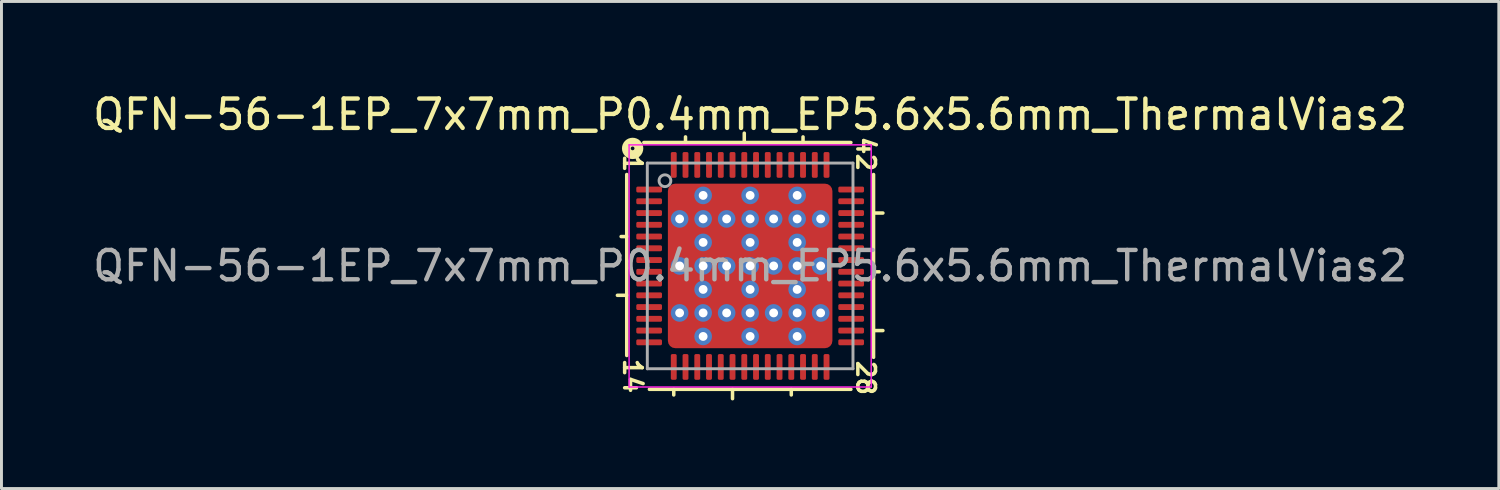
<source format=kicad_pcb>
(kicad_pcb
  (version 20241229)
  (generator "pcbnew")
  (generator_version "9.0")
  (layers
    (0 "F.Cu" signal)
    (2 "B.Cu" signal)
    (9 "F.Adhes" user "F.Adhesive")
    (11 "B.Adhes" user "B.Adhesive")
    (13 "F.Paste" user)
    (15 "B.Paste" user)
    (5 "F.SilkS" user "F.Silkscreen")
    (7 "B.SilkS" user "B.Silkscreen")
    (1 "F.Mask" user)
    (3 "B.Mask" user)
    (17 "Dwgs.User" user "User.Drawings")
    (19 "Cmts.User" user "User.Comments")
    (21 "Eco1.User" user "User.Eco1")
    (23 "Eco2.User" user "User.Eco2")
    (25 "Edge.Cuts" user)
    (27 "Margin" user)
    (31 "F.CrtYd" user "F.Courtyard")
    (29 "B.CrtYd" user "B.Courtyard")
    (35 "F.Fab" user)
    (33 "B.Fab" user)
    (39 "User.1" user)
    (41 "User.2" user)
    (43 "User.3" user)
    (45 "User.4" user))
  (footprint "QFN-56-1EP_7x7mm_P0.4mm_EP5.6x5.6mm_ThermalVias2"
    (layer "F.Cu")
    (at 22.482 6.001)
    (property "Reference" "QFN-56-1EP_7x7mm_P0.4mm_EP5.6x5.6mm_ThermalVias2" (at 0 -5.152 0) (layer "F.SilkS") (effects (font (size 1 1) (thickness 0.15))))
    (attr smd)
    (fp_line (start -4.2 -3.111) (end -4.2 3.048) (stroke (width 0.12) (type solid)) (layer "F.SilkS"))
    (fp_line (start -4.2 -1) (end -4.391 -1) (stroke (width 0.12) (type solid)) (layer "F.SilkS"))
    (fp_line (start -4.2 1) (end -4.518 1) (stroke (width 0.12) (type solid)) (layer "F.SilkS"))
    (fp_line (start -3.429 4.2) (end 3.429 4.2) (stroke (width 0.12) (type solid)) (layer "F.SilkS"))
    (fp_line (start -2.6 4.2) (end -2.6 4.391) (stroke (width 0.12) (type solid)) (layer "F.SilkS"))
    (fp_line (start -2.2 -4.2) (end -2.2 -4.391) (stroke (width 0.12) (type solid)) (layer "F.SilkS"))
    (fp_line (start -0.6 4.2) (end -0.6 4.518) (stroke (width 0.12) (type solid)) (layer "F.SilkS"))
    (fp_line (start -0.2 -4.2) (end -0.2 -4.518) (stroke (width 0.12) (type solid)) (layer "F.SilkS"))
    (fp_line (start 1.4 4.2) (end 1.4 4.391) (stroke (width 0.12) (type solid)) (layer "F.SilkS"))
    (fp_line (start 1.8 -4.2) (end 1.8 -4.391) (stroke (width 0.12) (type solid)) (layer "F.SilkS"))
    (fp_line (start 3.429 -4.2) (end -3.619 -4.2) (stroke (width 0.12) (type solid)) (layer "F.SilkS"))
    (fp_line (start 4.2 -1.8) (end 4.518 -1.8) (stroke (width 0.12) (type solid)) (layer "F.SilkS"))
    (fp_line (start 4.2 0.2) (end 4.391 0.2) (stroke (width 0.12) (type solid)) (layer "F.SilkS"))
    (fp_line (start 4.2 2.2) (end 4.518 2.2) (stroke (width 0.12) (type solid)) (layer "F.SilkS"))
    (fp_line (start 4.2 3.111) (end 4.2 -3.111) (stroke (width 0.12) (type solid)) (layer "F.SilkS"))
    (fp_circle (center -4 -4) (end -3.937 -4) (stroke (width 0.3) (type solid)) (fill no) (layer "F.SilkS"))
    (fp_line (start -4.12 -4.12) (end -4.12 4.12) (stroke (width 0.05) (type solid)) (layer "F.CrtYd"))
    (fp_line (start -4.12 4.12) (end 4.12 4.12) (stroke (width 0.05) (type solid)) (layer "F.CrtYd"))
    (fp_line (start 4.12 -4.12) (end -4.12 -4.12) (stroke (width 0.05) (type solid)) (layer "F.CrtYd"))
    (fp_line (start 4.12 4.12) (end 4.12 -4.12) (stroke (width 0.05) (type solid)) (layer "F.CrtYd"))
    (fp_line (start -3.5 -3.5) (end 3.5 -3.5) (stroke (width 0.1) (type solid)) (layer "F.Fab"))
    (fp_line (start -3.5 3.5) (end -3.5 -3.5) (stroke (width 0.1) (type solid)) (layer "F.Fab"))
    (fp_line (start 3.5 -3.5) (end 3.5 3.5) (stroke (width 0.1) (type solid)) (layer "F.Fab"))
    (fp_line (start 3.5 3.5) (end -3.5 3.5) (stroke (width 0.1) (type solid)) (layer "F.Fab"))
    (fp_circle (center -2.9 -2.9) (end -2.7 -2.9) (stroke (width 0.1) (type solid)) (fill no) (layer "F.Fab"))
    (fp_text user "1" (at -4 -3.493 270) (unlocked yes) (layer "F.SilkS") (effects (font (size 0.6 0.6) (thickness 0.12))))
    (fp_text user "28" (at 3.937 3.81 270) (unlocked yes) (layer "F.SilkS") (effects (font (size 0.6 0.6) (thickness 0.12))))
    (fp_text user "14" (at -4 3.747 270) (unlocked yes) (layer "F.SilkS") (effects (font (size 0.6 0.6) (thickness 0.12))))
    (fp_text user "42" (at 3.937 -3.81 270) (unlocked yes) (layer "F.SilkS") (effects (font (size 0.6 0.6) (thickness 0.12))))
    (fp_text user "${REFERENCE}" (at 0 0 0) (layer "F.Fab") (effects (font (size 1 1) (thickness 0.15))))
    (pad "" smd roundrect (at -2.3 -2.3) (size 0.6 0.6) (layers "F.Paste") (roundrect_rratio 0.25))
    (pad "" smd roundrect (at -2.3 -2.3 270) (size 0.8 0.8) (layers "F.Mask") (roundrect_rratio 0.25))
    (pad "" smd roundrect (at -2.3 -0.8 90) (size 0.7 0.6) (layers "F.Paste") (roundrect_rratio 0.244))
    (pad "" smd roundrect (at -2.3 -0.8 180) (size 0.8 1) (layers "F.Mask") (roundrect_rratio 0.25))
    (pad "" smd roundrect (at -2.3 0.8 90) (size 0.7 0.6) (layers "F.Paste") (roundrect_rratio 0.25))
    (pad "" smd roundrect (at -2.3 0.8 180) (size 0.8 1) (layers "F.Mask") (roundrect_rratio 0.25))
    (pad "" smd roundrect (at -2.3 2.3) (size 0.6 0.6) (layers "F.Paste") (roundrect_rratio 0.25))
    (pad "" smd roundrect (at -2.3 2.3 270) (size 0.8 0.8) (layers "F.Mask") (roundrect_rratio 0.25))
    (pad "" smd roundrect (at -0.8 -2.3) (size 0.7 0.6) (layers "F.Paste") (roundrect_rratio 0.25))
    (pad "" smd roundrect (at -0.8 -2.3 270) (size 0.8 1) (layers "F.Mask") (roundrect_rratio 0.25))
    (pad "" smd roundrect (at -0.8 -0.8 90) (size 0.7 0.7) (layers "F.Paste") (roundrect_rratio 0.25))
    (pad "" smd roundrect (at -0.8 -0.8 270) (size 1 1) (layers "F.Mask") (roundrect_rratio 0.25))
    (pad "" smd roundrect (at -0.8 0.8 90) (size 0.7 0.7) (layers "F.Paste") (roundrect_rratio 0.25))
    (pad "" smd roundrect (at -0.8 0.8 270) (size 1 1) (layers "F.Mask") (roundrect_rratio 0.25))
    (pad "" smd roundrect (at -0.8 2.3) (size 0.7 0.6) (layers "F.Paste") (roundrect_rratio 0.25))
    (pad "" smd roundrect (at -0.8 2.3 270) (size 0.8 1) (layers "F.Mask") (roundrect_rratio 0.25))
    (pad "" smd roundrect (at 0.8 -2.3) (size 0.7 0.6) (layers "F.Paste") (roundrect_rratio 0.25))
    (pad "" smd roundrect (at 0.8 -2.3 270) (size 0.8 1) (layers "F.Mask") (roundrect_rratio 0.25))
    (pad "" smd roundrect (at 0.8 -0.8 90) (size 0.7 0.7) (layers "F.Paste") (roundrect_rratio 0.25))
    (pad "" smd roundrect (at 0.8 -0.8 270) (size 1 1) (layers "F.Mask") (roundrect_rratio 0.25))
    (pad "" smd roundrect (at 0.8 0.8 90) (size 0.7 0.7) (layers "F.Paste") (roundrect_rratio 0.25))
    (pad "" smd roundrect (at 0.8 0.8 270) (size 1 1) (layers "F.Mask") (roundrect_rratio 0.25))
    (pad "" smd roundrect (at 0.8 2.3) (size 0.7 0.6) (layers "F.Paste") (roundrect_rratio 0.25))
    (pad "" smd roundrect (at 0.8 2.3 270) (size 0.8 1) (layers "F.Mask") (roundrect_rratio 0.25))
    (pad "" smd roundrect (at 2.3 -2.3) (size 0.6 0.6) (layers "F.Paste") (roundrect_rratio 0.25))
    (pad "" smd roundrect (at 2.3 -2.3 270) (size 0.8 0.8) (layers "F.Mask") (roundrect_rratio 0.25))
    (pad "" smd roundrect (at 2.3 -0.8 90) (size 0.7 0.6) (layers "F.Paste") (roundrect_rratio 0.25))
    (pad "" smd roundrect (at 2.3 -0.8 180) (size 0.8 1) (layers "F.Mask") (roundrect_rratio 0.25))
    (pad "" smd roundrect (at 2.3 0.8 90) (size 0.7 0.6) (layers "F.Paste") (roundrect_rratio 0.25))
    (pad "" smd roundrect (at 2.3 0.8 180) (size 0.8 1) (layers "F.Mask") (roundrect_rratio 0.25))
    (pad "" smd roundrect (at 2.3 2.3) (size 0.6 0.6) (layers "F.Paste") (roundrect_rratio 0.25))
    (pad "" smd roundrect (at 2.3 2.3 270) (size 0.8 0.8) (layers "F.Mask") (roundrect_rratio 0.25))
    (pad "1" smd roundrect (at -3.438 -2.6) (size 0.875 0.2) (layers "F.Cu" "F.Mask" "F.Paste") (roundrect_rratio 0.25))
    (pad "2" smd roundrect (at -3.438 -2.2) (size 0.875 0.2) (layers "F.Cu" "F.Mask" "F.Paste") (roundrect_rratio 0.25))
    (pad "3" smd roundrect (at -3.438 -1.8) (size 0.875 0.2) (layers "F.Cu" "F.Mask" "F.Paste") (roundrect_rratio 0.25))
    (pad "4" smd roundrect (at -3.438 -1.4) (size 0.875 0.2) (layers "F.Cu" "F.Mask" "F.Paste") (roundrect_rratio 0.25))
    (pad "5" smd roundrect (at -3.438 -1) (size 0.875 0.2) (layers "F.Cu" "F.Mask" "F.Paste") (roundrect_rratio 0.25))
    (pad "6" smd roundrect (at -3.438 -0.6) (size 0.875 0.2) (layers "F.Cu" "F.Mask" "F.Paste") (roundrect_rratio 0.25))
    (pad "7" smd roundrect (at -3.438 -0.2) (size 0.875 0.2) (layers "F.Cu" "F.Mask" "F.Paste") (roundrect_rratio 0.25))
    (pad "8" smd roundrect (at -3.438 0.2) (size 0.875 0.2) (layers "F.Cu" "F.Mask" "F.Paste") (roundrect_rratio 0.25))
    (pad "9" smd roundrect (at -3.438 0.6) (size 0.875 0.2) (layers "F.Cu" "F.Mask" "F.Paste") (roundrect_rratio 0.25))
    (pad "10" smd roundrect (at -3.438 1) (size 0.875 0.2) (layers "F.Cu" "F.Mask" "F.Paste") (roundrect_rratio 0.25))
    (pad "11" smd roundrect (at -3.438 1.4) (size 0.875 0.2) (layers "F.Cu" "F.Mask" "F.Paste") (roundrect_rratio 0.25))
    (pad "12" smd roundrect (at -3.438 1.8) (size 0.875 0.2) (layers "F.Cu" "F.Mask" "F.Paste") (roundrect_rratio 0.25))
    (pad "13" smd roundrect (at -3.438 2.2) (size 0.875 0.2) (layers "F.Cu" "F.Mask" "F.Paste") (roundrect_rratio 0.25))
    (pad "14" smd roundrect (at -3.438 2.6) (size 0.875 0.2) (layers "F.Cu" "F.Mask" "F.Paste") (roundrect_rratio 0.25))
    (pad "15" smd roundrect (at -2.6 3.438) (size 0.2 0.875) (layers "F.Cu" "F.Mask" "F.Paste") (roundrect_rratio 0.25))
    (pad "16" smd roundrect (at -2.2 3.438) (size 0.2 0.875) (layers "F.Cu" "F.Mask" "F.Paste") (roundrect_rratio 0.25))
    (pad "17" smd roundrect (at -1.8 3.438) (size 0.2 0.875) (layers "F.Cu" "F.Mask" "F.Paste") (roundrect_rratio 0.25))
    (pad "18" smd roundrect (at -1.4 3.438) (size 0.2 0.875) (layers "F.Cu" "F.Mask" "F.Paste") (roundrect_rratio 0.25))
    (pad "19" smd roundrect (at -1 3.438) (size 0.2 0.875) (layers "F.Cu" "F.Mask" "F.Paste") (roundrect_rratio 0.25))
    (pad "20" smd roundrect (at -0.6 3.438) (size 0.2 0.875) (layers "F.Cu" "F.Mask" "F.Paste") (roundrect_rratio 0.25))
    (pad "21" smd roundrect (at -0.2 3.438) (size 0.2 0.875) (layers "F.Cu" "F.Mask" "F.Paste") (roundrect_rratio 0.25))
    (pad "22" smd roundrect (at 0.2 3.438) (size 0.2 0.875) (layers "F.Cu" "F.Mask" "F.Paste") (roundrect_rratio 0.25))
    (pad "23" smd roundrect (at 0.6 3.438) (size 0.2 0.875) (layers "F.Cu" "F.Mask" "F.Paste") (roundrect_rratio 0.25))
    (pad "24" smd roundrect (at 1 3.438) (size 0.2 0.875) (layers "F.Cu" "F.Mask" "F.Paste") (roundrect_rratio 0.25))
    (pad "25" smd roundrect (at 1.4 3.438) (size 0.2 0.875) (layers "F.Cu" "F.Mask" "F.Paste") (roundrect_rratio 0.25))
    (pad "26" smd roundrect (at 1.8 3.438) (size 0.2 0.875) (layers "F.Cu" "F.Mask" "F.Paste") (roundrect_rratio 0.25))
    (pad "27" smd roundrect (at 2.2 3.438) (size 0.2 0.875) (layers "F.Cu" "F.Mask" "F.Paste") (roundrect_rratio 0.25))
    (pad "28" smd roundrect (at 2.6 3.438) (size 0.2 0.875) (layers "F.Cu" "F.Mask" "F.Paste") (roundrect_rratio 0.25))
    (pad "29" smd roundrect (at 3.438 2.6) (size 0.875 0.2) (layers "F.Cu" "F.Mask" "F.Paste") (roundrect_rratio 0.25))
    (pad "30" smd roundrect (at 3.438 2.2) (size 0.875 0.2) (layers "F.Cu" "F.Mask" "F.Paste") (roundrect_rratio 0.25))
    (pad "31" smd roundrect (at 3.438 1.8) (size 0.875 0.2) (layers "F.Cu" "F.Mask" "F.Paste") (roundrect_rratio 0.25))
    (pad "32" smd roundrect (at 3.438 1.4) (size 0.875 0.2) (layers "F.Cu" "F.Mask" "F.Paste") (roundrect_rratio 0.25))
    (pad "33" smd roundrect (at 3.438 1) (size 0.875 0.2) (layers "F.Cu" "F.Mask" "F.Paste") (roundrect_rratio 0.25))
    (pad "34" smd roundrect (at 3.438 0.6) (size 0.875 0.2) (layers "F.Cu" "F.Mask" "F.Paste") (roundrect_rratio 0.25))
    (pad "35" smd roundrect (at 3.438 0.2) (size 0.875 0.2) (layers "F.Cu" "F.Mask" "F.Paste") (roundrect_rratio 0.25))
    (pad "36" smd roundrect (at 3.438 -0.2) (size 0.875 0.2) (layers "F.Cu" "F.Mask" "F.Paste") (roundrect_rratio 0.25))
    (pad "37" smd roundrect (at 3.438 -0.6) (size 0.875 0.2) (layers "F.Cu" "F.Mask" "F.Paste") (roundrect_rratio 0.25))
    (pad "38" smd roundrect (at 3.438 -1) (size 0.875 0.2) (layers "F.Cu" "F.Mask" "F.Paste") (roundrect_rratio 0.25))
    (pad "39" smd roundrect (at 3.438 -1.4) (size 0.875 0.2) (layers "F.Cu" "F.Mask" "F.Paste") (roundrect_rratio 0.25))
    (pad "40" smd roundrect (at 3.438 -1.8) (size 0.875 0.2) (layers "F.Cu" "F.Mask" "F.Paste") (roundrect_rratio 0.25))
    (pad "41" smd roundrect (at 3.438 -2.2) (size 0.875 0.2) (layers "F.Cu" "F.Mask" "F.Paste") (roundrect_rratio 0.25))
    (pad "42" smd roundrect (at 3.438 -2.6) (size 0.875 0.2) (layers "F.Cu" "F.Mask" "F.Paste") (roundrect_rratio 0.25))
    (pad "43" smd roundrect (at 2.6 -3.438) (size 0.2 0.875) (layers "F.Cu" "F.Mask" "F.Paste") (roundrect_rratio 0.25))
    (pad "44" smd roundrect (at 2.2 -3.438) (size 0.2 0.875) (layers "F.Cu" "F.Mask" "F.Paste") (roundrect_rratio 0.25))
    (pad "45" smd roundrect (at 1.8 -3.438) (size 0.2 0.875) (layers "F.Cu" "F.Mask" "F.Paste") (roundrect_rratio 0.25))
    (pad "46" smd roundrect (at 1.4 -3.438) (size 0.2 0.875) (layers "F.Cu" "F.Mask" "F.Paste") (roundrect_rratio 0.25))
    (pad "47" smd roundrect (at 1 -3.438) (size 0.2 0.875) (layers "F.Cu" "F.Mask" "F.Paste") (roundrect_rratio 0.25))
    (pad "48" smd roundrect (at 0.6 -3.438) (size 0.2 0.875) (layers "F.Cu" "F.Mask" "F.Paste") (roundrect_rratio 0.25))
    (pad "49" smd roundrect (at 0.2 -3.438) (size 0.2 0.875) (layers "F.Cu" "F.Mask" "F.Paste") (roundrect_rratio 0.25))
    (pad "50" smd roundrect (at -0.2 -3.438) (size 0.2 0.875) (layers "F.Cu" "F.Mask" "F.Paste") (roundrect_rratio 0.25))
    (pad "51" smd roundrect (at -0.6 -3.438) (size 0.2 0.875) (layers "F.Cu" "F.Mask" "F.Paste") (roundrect_rratio 0.25))
    (pad "52" smd roundrect (at -1 -3.438) (size 0.2 0.875) (layers "F.Cu" "F.Mask" "F.Paste") (roundrect_rratio 0.25))
    (pad "53" smd roundrect (at -1.4 -3.438) (size 0.2 0.875) (layers "F.Cu" "F.Mask" "F.Paste") (roundrect_rratio 0.25))
    (pad "54" smd roundrect (at -1.8 -3.438) (size 0.2 0.875) (layers "F.Cu" "F.Mask" "F.Paste") (roundrect_rratio 0.25))
    (pad "55" smd roundrect (at -2.2 -3.438) (size 0.2 0.875) (layers "F.Cu" "F.Mask" "F.Paste") (roundrect_rratio 0.25))
    (pad "56" smd roundrect (at -2.6 -3.438) (size 0.2 0.875) (layers "F.Cu" "F.Mask" "F.Paste") (roundrect_rratio 0.25))
    (pad "57" thru_hole circle (at -2.4 -1.6) (size 0.6 0.6) (drill 0.3) (property pad_prop_heatsink) (layers "*.Cu" "*.Mask"))
    (pad "57" thru_hole circle (at -2.4 0) (size 0.6 0.6) (drill 0.3) (property pad_prop_heatsink) (layers "*.Cu" "*.Mask"))
    (pad "57" thru_hole circle (at -2.4 1.6) (size 0.6 0.6) (drill 0.3) (property pad_prop_heatsink) (layers "*.Cu" "*.Mask"))
    (pad "57" thru_hole circle (at -1.6 -2.4) (size 0.6 0.6) (drill 0.3) (property pad_prop_heatsink) (layers "*.Cu" "*.Mask"))
    (pad "57" thru_hole circle (at -1.6 -1.6) (size 0.6 0.6) (drill 0.3) (property pad_prop_heatsink) (layers "*.Cu" "*.Mask"))
    (pad "57" thru_hole circle (at -1.6 -0.8) (size 0.6 0.6) (drill 0.3) (property pad_prop_heatsink) (layers "*.Cu" "*.Mask"))
    (pad "57" thru_hole circle (at -1.6 0) (size 0.6 0.6) (drill 0.3) (property pad_prop_heatsink) (layers "*.Cu" "*.Mask"))
    (pad "57" thru_hole circle (at -1.6 0.8) (size 0.6 0.6) (drill 0.3) (property pad_prop_heatsink) (layers "*.Cu" "*.Mask"))
    (pad "57" thru_hole circle (at -1.6 1.6) (size 0.6 0.6) (drill 0.3) (property pad_prop_heatsink) (layers "*.Cu" "*.Mask"))
    (pad "57" thru_hole circle (at -1.6 2.4) (size 0.6 0.6) (drill 0.3) (property pad_prop_heatsink) (layers "*.Cu" "*.Mask"))
    (pad "57" thru_hole circle (at -0.8 -1.6) (size 0.6 0.6) (drill 0.3) (property pad_prop_heatsink) (layers "*.Cu" "*.Mask"))
    (pad "57" thru_hole circle (at -0.8 0) (size 0.6 0.6) (drill 0.3) (property pad_prop_heatsink) (layers "*.Cu" "*.Mask"))
    (pad "57" thru_hole circle (at -0.8 1.6) (size 0.6 0.6) (drill 0.3) (property pad_prop_heatsink) (layers "*.Cu" "*.Mask"))
    (pad "57" thru_hole circle (at 0 -2.4) (size 0.6 0.6) (drill 0.3) (property pad_prop_heatsink) (layers "*.Cu" "*.Mask"))
    (pad "57" thru_hole circle (at 0 -1.6) (size 0.6 0.6) (drill 0.3) (property pad_prop_heatsink) (layers "*.Cu" "*.Mask"))
    (pad "57" thru_hole circle (at 0 -0.8) (size 0.6 0.6) (drill 0.3) (property pad_prop_heatsink) (layers "*.Cu" "*.Mask"))
    (pad "57" thru_hole circle (at 0 0) (size 0.6 0.6) (drill 0.3) (property pad_prop_heatsink) (layers "*.Cu" "*.Mask"))
    (pad "57" smd roundrect (at 0 0) (size 5.6 5.6) (layers "F.Cu") (roundrect_rratio 0.045))
    (pad "57" thru_hole circle (at 0 0.8) (size 0.6 0.6) (drill 0.3) (property pad_prop_heatsink) (layers "*.Cu" "*.Mask"))
    (pad "57" thru_hole circle (at 0 1.6) (size 0.6 0.6) (drill 0.3) (property pad_prop_heatsink) (layers "*.Cu" "*.Mask"))
    (pad "57" thru_hole circle (at 0 2.4) (size 0.6 0.6) (drill 0.3) (property pad_prop_heatsink) (layers "*.Cu" "*.Mask"))
    (pad "57" thru_hole circle (at 0.8 -1.6) (size 0.6 0.6) (drill 0.3) (property pad_prop_heatsink) (layers "*.Cu" "*.Mask"))
    (pad "57" thru_hole circle (at 0.8 0) (size 0.6 0.6) (drill 0.3) (property pad_prop_heatsink) (layers "*.Cu" "*.Mask"))
    (pad "57" thru_hole circle (at 0.8 1.6) (size 0.6 0.6) (drill 0.3) (property pad_prop_heatsink) (layers "*.Cu" "*.Mask"))
    (pad "57" thru_hole circle (at 1.6 -2.4) (size 0.6 0.6) (drill 0.3) (property pad_prop_heatsink) (layers "*.Cu" "*.Mask"))
    (pad "57" thru_hole circle (at 1.6 -1.6) (size 0.6 0.6) (drill 0.3) (property pad_prop_heatsink) (layers "*.Cu" "*.Mask"))
    (pad "57" thru_hole circle (at 1.6 -0.8) (size 0.6 0.6) (drill 0.3) (property pad_prop_heatsink) (layers "*.Cu" "*.Mask"))
    (pad "57" thru_hole circle (at 1.6 0) (size 0.6 0.6) (drill 0.3) (property pad_prop_heatsink) (layers "*.Cu" "*.Mask"))
    (pad "57" thru_hole circle (at 1.6 0.8) (size 0.6 0.6) (drill 0.3) (property pad_prop_heatsink) (layers "*.Cu" "*.Mask"))
    (pad "57" thru_hole circle (at 1.6 1.6) (size 0.6 0.6) (drill 0.3) (property pad_prop_heatsink) (layers "*.Cu" "*.Mask"))
    (pad "57" thru_hole circle (at 1.6 2.4) (size 0.6 0.6) (drill 0.3) (property pad_prop_heatsink) (layers "*.Cu" "*.Mask"))
    (pad "57" thru_hole circle (at 2.4 -1.6) (size 0.6 0.6) (drill 0.3) (property pad_prop_heatsink) (layers "*.Cu" "*.Mask"))
    (pad "57" thru_hole circle (at 2.4 0) (size 0.6 0.6) (drill 0.3) (property pad_prop_heatsink) (layers "*.Cu" "*.Mask"))
    (pad "57" thru_hole circle (at 2.4 1.6) (size 0.6 0.6) (drill 0.3) (property pad_prop_heatsink) (layers "*.Cu" "*.Mask")))
  (gr_rect
    (start -3 -3)
    (end 47.964 13.578)
    (stroke (width 0.1) (type default))
    (fill no)
    (layer "Edge.Cuts")))
</source>
